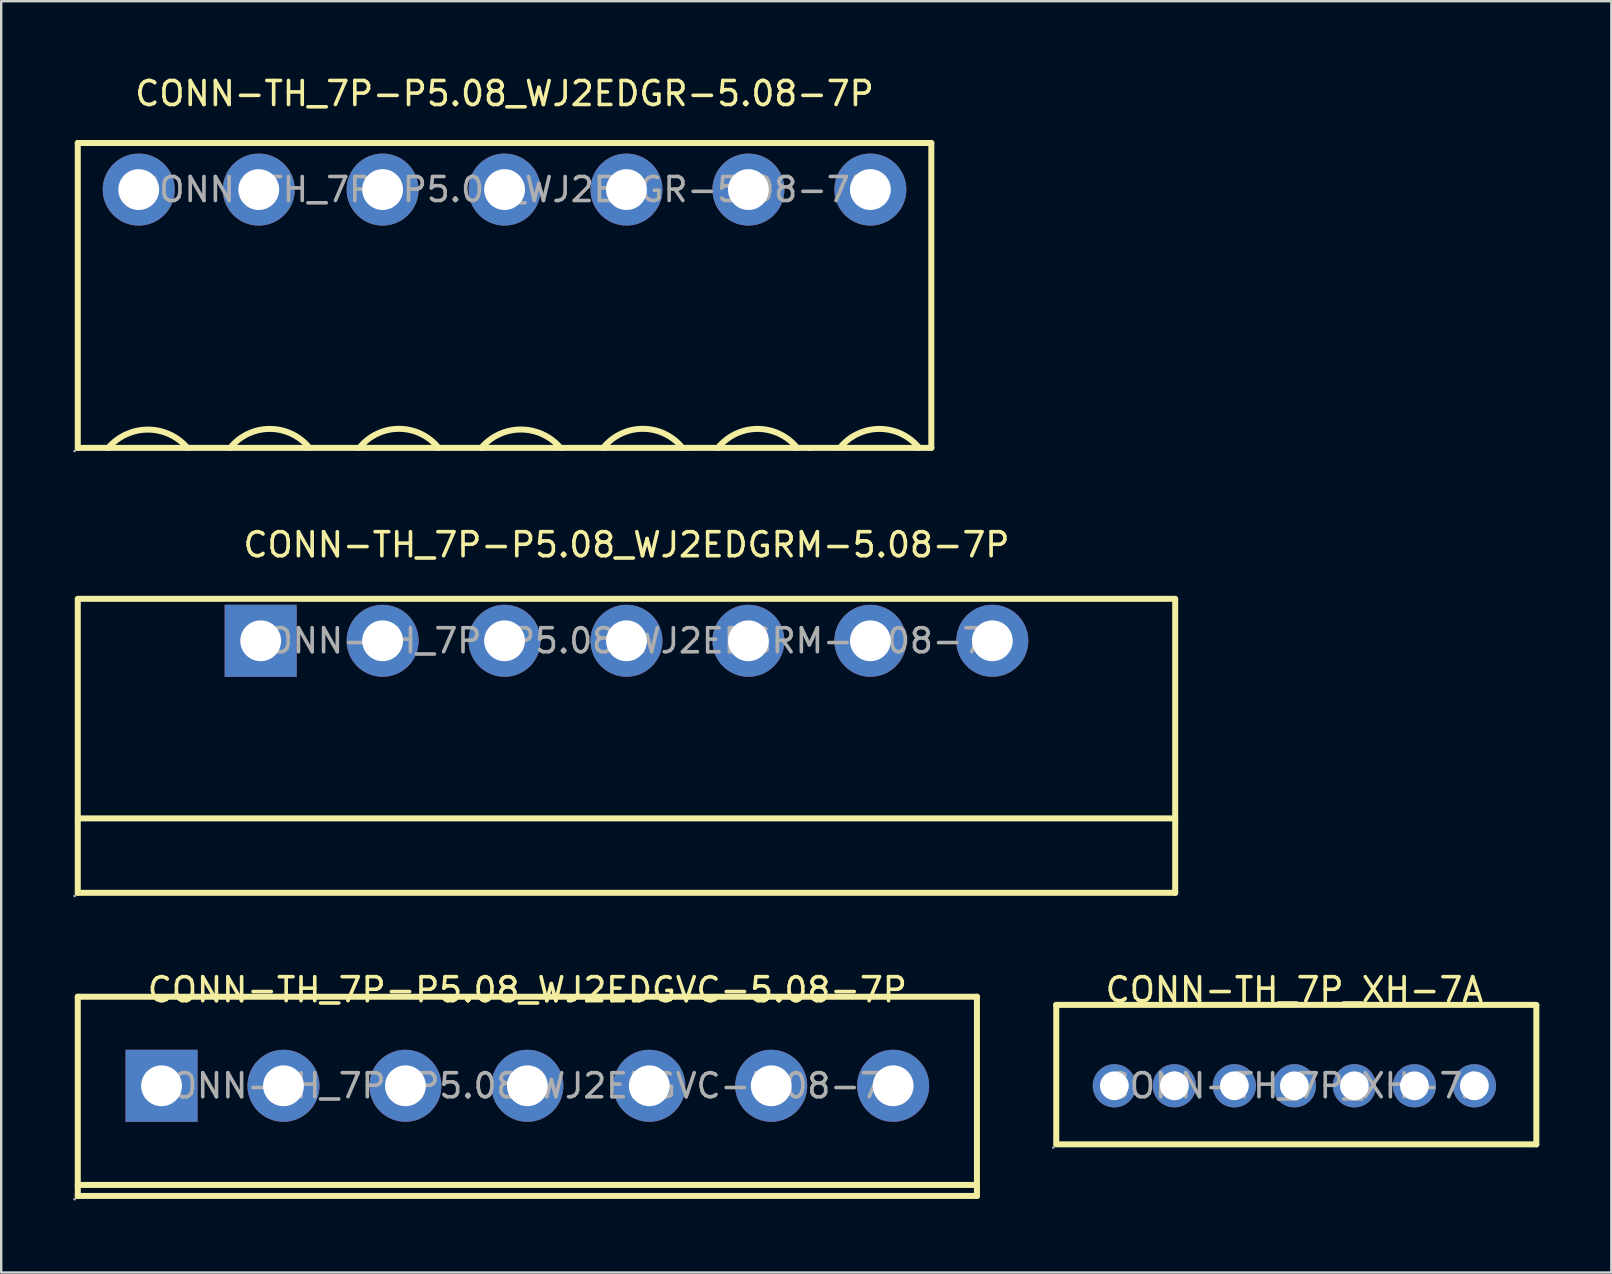
<source format=kicad_pcb>
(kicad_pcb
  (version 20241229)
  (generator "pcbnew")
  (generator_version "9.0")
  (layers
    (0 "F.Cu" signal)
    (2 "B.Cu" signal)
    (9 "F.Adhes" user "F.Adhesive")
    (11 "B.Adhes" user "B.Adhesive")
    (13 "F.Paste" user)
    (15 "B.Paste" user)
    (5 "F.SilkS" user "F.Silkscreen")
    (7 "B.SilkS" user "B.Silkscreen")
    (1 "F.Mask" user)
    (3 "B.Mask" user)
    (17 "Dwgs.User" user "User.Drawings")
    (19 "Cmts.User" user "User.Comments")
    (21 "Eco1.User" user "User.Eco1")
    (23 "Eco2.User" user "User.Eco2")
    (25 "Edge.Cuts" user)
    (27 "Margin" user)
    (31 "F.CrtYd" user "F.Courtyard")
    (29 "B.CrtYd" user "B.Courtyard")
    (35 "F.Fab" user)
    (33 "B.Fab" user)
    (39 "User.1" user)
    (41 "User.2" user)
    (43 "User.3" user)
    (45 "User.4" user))
  (footprint "CONN-TH_7P-P5.08_WJ2EDGRM-5.08-7P"
    (layer "F.Cu")
    (at 23.05 23.646)
    (property "Reference" "CONN-TH_7P-P5.08_WJ2EDGRM-5.08-7P" (at 0 -4 0) (layer "F.SilkS") (effects (font (size 1 1) (thickness 0.15))))
    (attr through_hole)
    (fp_line (start -22.86 7.4) (end 22.86 7.4) (stroke (width 0.25) (type solid)) (layer "F.SilkS"))
    (fp_line (start -22.86 10.5) (end -22.86 -1.7) (stroke (width 0.25) (type solid)) (layer "F.SilkS"))
    (fp_line (start -22.86 10.5) (end 22.86 10.5) (stroke (width 0.25) (type solid)) (layer "F.SilkS"))
    (fp_line (start 22.86 -1.75) (end -22.86 -1.75) (stroke (width 0.25) (type solid)) (layer "F.SilkS"))
    (fp_line (start 22.86 10.5) (end 22.86 -1.7) (stroke (width 0.25) (type solid)) (layer "F.SilkS"))
    (fp_circle (center -22.99 10.63) (end -22.96 10.63) (stroke (width 0.06) (type solid)) (fill no) (layer "F.Fab"))
    (fp_circle (center -15.24 0) (end -14.86 0) (stroke (width 0.75) (type solid)) (fill no) (layer "F.Fab"))
    (fp_circle (center -10.16 0) (end -9.78 0) (stroke (width 0.75) (type solid)) (fill no) (layer "F.Fab"))
    (fp_circle (center -5.08 0) (end -4.7 0) (stroke (width 0.75) (type solid)) (fill no) (layer "F.Fab"))
    (fp_circle (center 0 0) (end 0.38 0) (stroke (width 0.75) (type solid)) (fill no) (layer "F.Fab"))
    (fp_circle (center 5.08 0) (end 5.46 0) (stroke (width 0.75) (type solid)) (fill no) (layer "F.Fab"))
    (fp_circle (center 10.16 0) (end 10.54 0) (stroke (width 0.75) (type solid)) (fill no) (layer "F.Fab"))
    (fp_circle (center 15.24 0) (end 15.62 0) (stroke (width 0.75) (type solid)) (fill no) (layer "F.Fab"))
    (fp_text user "${REFERENCE}" (at 0 0 0) (layer "F.Fab") (effects (font (size 1 1) (thickness 0.15))))
    (pad "1" thru_hole rect (at -15.24 0) (size 3 3) (drill 1.7) (layers "*.Cu" "*.Paste" "*.Mask"))
    (pad "2" thru_hole circle (at -10.16 0) (size 3 3) (drill 1.7) (layers "*.Cu" "*.Paste" "*.Mask"))
    (pad "3" thru_hole circle (at -5.08 0) (size 3 3) (drill 1.7) (layers "*.Cu" "*.Paste" "*.Mask"))
    (pad "4" thru_hole circle (at 0 0) (size 3 3) (drill 1.7) (layers "*.Cu" "*.Paste" "*.Mask"))
    (pad "5" thru_hole circle (at 5.08 0) (size 3 3) (drill 1.7) (layers "*.Cu" "*.Paste" "*.Mask"))
    (pad "6" thru_hole circle (at 10.16 0) (size 3 3) (drill 1.7) (layers "*.Cu" "*.Paste" "*.Mask"))
    (pad "7" thru_hole circle (at 15.24 0) (size 3 3) (drill 1.7) (layers "*.Cu" "*.Paste" "*.Mask")))
  (footprint "CONN-TH_7P-P5.08_WJ2EDGR-5.08-7P"
    (layer "F.Cu")
    (at 17.97 4.848)
    (property "Reference" "CONN-TH_7P-P5.08_WJ2EDGR-5.08-7P" (at 0 -4 0) (layer "F.SilkS") (effects (font (size 1 1) (thickness 0.15))))
    (attr through_hole)
    (fp_line (start -17.78 -1.94) (end -17.78 10.76) (stroke (width 0.25) (type solid)) (layer "F.SilkS"))
    (fp_line (start -17.78 -1.94) (end 7.62 -1.94) (stroke (width 0.25) (type solid)) (layer "F.SilkS"))
    (fp_line (start -17.78 10.76) (end 7.62 10.76) (stroke (width 0.25) (type solid)) (layer "F.SilkS"))
    (fp_line (start 7.62 -1.94) (end 12.7 -1.94) (stroke (width 0.25) (type solid)) (layer "F.SilkS"))
    (fp_line (start 7.62 10.76) (end 12.7 10.76) (stroke (width 0.25) (type solid)) (layer "F.SilkS"))
    (fp_line (start 12.7 -1.94) (end 17.78 -1.94) (stroke (width 0.25) (type solid)) (layer "F.SilkS"))
    (fp_line (start 17.78 -1.94) (end 17.78 10.76) (stroke (width 0.25) (type solid)) (layer "F.SilkS"))
    (fp_line (start 17.78 10.76) (end 12.7 10.76) (stroke (width 0.25) (type solid)) (layer "F.SilkS"))
    (fp_arc (start -16.510511 10.760599) (mid -14.860394 9.999609) (end -13.21 10.76) (stroke (width 0.25) (type solid)) (layer "F.SilkS"))
    (fp_arc (start -11.428881 10.758614) (mid -9.779109 9.970709) (end -8.13 10.76) (stroke (width 0.25) (type solid)) (layer "F.SilkS"))
    (fp_arc (start -6.049069 10.758837) (mid -4.399255 9.966969) (end -2.75 10.76) (stroke (width 0.25) (type solid)) (layer "F.SilkS"))
    (fp_arc (start -0.970689 10.760812) (mid 0.679468 9.996091) (end 2.33 10.76) (stroke (width 0.25) (type solid)) (layer "F.SilkS"))
    (fp_arc (start 4.110931 10.758837) (mid 5.760745 9.966969) (end 7.41 10.76) (stroke (width 0.25) (type solid)) (layer "F.SilkS"))
    (fp_arc (start 8.891119 10.758614) (mid 10.540891 9.970709) (end 12.19 10.76) (stroke (width 0.25) (type solid)) (layer "F.SilkS"))
    (fp_arc (start 13.971119 10.758614) (mid 15.620891 9.970709) (end 17.27 10.76) (stroke (width 0.25) (type solid)) (layer "F.SilkS"))
    (fp_circle (center -17.91 10.89) (end -17.88 10.89) (stroke (width 0.06) (type solid)) (fill no) (layer "F.Fab"))
    (fp_circle (center -15.24 0) (end -14.86 0) (stroke (width 0.75) (type solid)) (fill no) (layer "F.Fab"))
    (fp_circle (center -10.24 0) (end -9.86 0) (stroke (width 0.75) (type solid)) (fill no) (layer "F.Fab"))
    (fp_circle (center -5.08 0) (end -4.7 0) (stroke (width 0.75) (type solid)) (fill no) (layer "F.Fab"))
    (fp_circle (center 0 0) (end 0.38 0) (stroke (width 0.75) (type solid)) (fill no) (layer "F.Fab"))
    (fp_circle (center 5.08 0) (end 5.46 0) (stroke (width 0.75) (type solid)) (fill no) (layer "F.Fab"))
    (fp_circle (center 10.16 0) (end 10.54 0) (stroke (width 0.75) (type solid)) (fill no) (layer "F.Fab"))
    (fp_circle (center 15.24 0) (end 15.62 0) (stroke (width 0.75) (type solid)) (fill no) (layer "F.Fab"))
    (fp_text user "${REFERENCE}" (at 0 0 0) (layer "F.Fab") (effects (font (size 1 1) (thickness 0.15))))
    (pad "1" thru_hole circle (at -15.24 0) (size 3 3) (drill 1.7) (layers "*.Cu" "*.Paste" "*.Mask"))
    (pad "2" thru_hole circle (at -10.24 0) (size 3 3) (drill 1.7) (layers "*.Cu" "*.Paste" "*.Mask"))
    (pad "3" thru_hole circle (at -5.08 0) (size 3 3) (drill 1.7) (layers "*.Cu" "*.Paste" "*.Mask"))
    (pad "4" thru_hole circle (at 0 0) (size 3 3) (drill 1.7) (layers "*.Cu" "*.Paste" "*.Mask"))
    (pad "5" thru_hole circle (at 5.08 0) (size 3 3) (drill 1.7) (layers "*.Cu" "*.Paste" "*.Mask"))
    (pad "6" thru_hole circle (at 10.16 0) (size 3 3) (drill 1.7) (layers "*.Cu" "*.Paste" "*.Mask"))
    (pad "7" thru_hole circle (at 15.24 0) (size 3 3) (drill 1.7) (layers "*.Cu" "*.Paste" "*.Mask")))
  (footprint "CONN-TH_7P_XH-7A"
    (layer "F.Cu")
    (at 50.875 42.185)
    (property "Reference" "CONN-TH_7P_XH-7A" (at 0 -4 0) (layer "F.SilkS") (effects (font (size 1 1) (thickness 0.15))))
    (attr through_hole)
    (fp_line (start -9.92 -3.37) (end -9.92 2.43) (stroke (width 0.25) (type solid)) (layer "F.SilkS"))
    (fp_line (start -9.92 -3.37) (end 10.08 -3.37) (stroke (width 0.25) (type solid)) (layer "F.SilkS"))
    (fp_line (start -9.91 2.44) (end 10.08 2.44) (stroke (width 0.25) (type solid)) (layer "F.SilkS"))
    (fp_line (start 10.08 -3.35) (end 10.08 2.44) (stroke (width 0.25) (type solid)) (layer "F.SilkS"))
    (fp_circle (center -10.04 2.57) (end -10.01 2.57) (stroke (width 0.06) (type solid)) (fill no) (layer "F.Fab"))
    (fp_circle (center -7.5 0) (end -7.25 0) (stroke (width 0.5) (type solid)) (fill no) (layer "F.Fab"))
    (fp_circle (center -5 0) (end -4.75 0) (stroke (width 0.5) (type solid)) (fill no) (layer "F.Fab"))
    (fp_circle (center -2.5 0) (end -2.25 0) (stroke (width 0.5) (type solid)) (fill no) (layer "F.Fab"))
    (fp_circle (center 0 0) (end 0.25 0) (stroke (width 0.5) (type solid)) (fill no) (layer "F.Fab"))
    (fp_circle (center 2.5 0) (end 2.75 0) (stroke (width 0.5) (type solid)) (fill no) (layer "F.Fab"))
    (fp_circle (center 5 0) (end 5.25 0) (stroke (width 0.5) (type solid)) (fill no) (layer "F.Fab"))
    (fp_circle (center 7.5 0) (end 7.75 0) (stroke (width 0.5) (type solid)) (fill no) (layer "F.Fab"))
    (fp_text user "${REFERENCE}" (at 0 0 0) (layer "F.Fab") (effects (font (size 1 1) (thickness 0.15))))
    (pad "1" thru_hole circle (at -7.5 0) (size 1.8 1.8) (drill 1.199) (layers "*.Cu" "*.Paste" "*.Mask"))
    (pad "2" thru_hole circle (at -5 0) (size 1.8 1.8) (drill 1.199) (layers "*.Cu" "*.Paste" "*.Mask"))
    (pad "3" thru_hole circle (at -2.5 0) (size 1.8 1.8) (drill 1.199) (layers "*.Cu" "*.Paste" "*.Mask"))
    (pad "4" thru_hole circle (at 0 0) (size 1.8 1.8) (drill 1.199) (layers "*.Cu" "*.Paste" "*.Mask"))
    (pad "5" thru_hole circle (at 2.5 0) (size 1.8 1.8) (drill 1.199) (layers "*.Cu" "*.Paste" "*.Mask"))
    (pad "6" thru_hole circle (at 5 0) (size 1.8 1.8) (drill 1.199) (layers "*.Cu" "*.Paste" "*.Mask"))
    (pad "7" thru_hole circle (at 7.5 0) (size 1.8 1.8) (drill 1.199) (layers "*.Cu" "*.Paste" "*.Mask")))
  (footprint "CONN-TH_7P-P5.08_WJ2EDGVC-5.08-7P"
    (layer "F.Cu")
    (at 18.92 42.185)
    (property "Reference" "CONN-TH_7P-P5.08_WJ2EDGVC-5.08-7P" (at 0 -4 0) (layer "F.SilkS") (effects (font (size 1 1) (thickness 0.15))))
    (attr through_hole)
    (fp_line (start -18.73 -3.71) (end 18.73 -3.71) (stroke (width 0.25) (type solid)) (layer "F.SilkS"))
    (fp_line (start -18.73 4.13) (end 18.73 4.13) (stroke (width 0.25) (type solid)) (layer "F.SilkS"))
    (fp_line (start -18.73 4.59) (end -18.73 -3.71) (stroke (width 0.25) (type solid)) (layer "F.SilkS"))
    (fp_line (start -18.73 4.59) (end 18.73 4.59) (stroke (width 0.25) (type solid)) (layer "F.SilkS"))
    (fp_line (start 18.73 4.59) (end 18.73 -3.71) (stroke (width 0.25) (type solid)) (layer "F.SilkS"))
    (fp_circle (center -18.86 4.72) (end -18.83 4.72) (stroke (width 0.06) (type solid)) (fill no) (layer "F.Fab"))
    (fp_circle (center -15.24 0) (end -14.86 0) (stroke (width 0.75) (type solid)) (fill no) (layer "F.Fab"))
    (fp_circle (center -10.16 0) (end -9.78 0) (stroke (width 0.75) (type solid)) (fill no) (layer "F.Fab"))
    (fp_circle (center -5.08 0) (end -4.7 0) (stroke (width 0.75) (type solid)) (fill no) (layer "F.Fab"))
    (fp_circle (center 0 0) (end 0.38 0) (stroke (width 0.75) (type solid)) (fill no) (layer "F.Fab"))
    (fp_circle (center 5.08 0) (end 5.46 0) (stroke (width 0.75) (type solid)) (fill no) (layer "F.Fab"))
    (fp_circle (center 10.16 0) (end 10.54 0) (stroke (width 0.75) (type solid)) (fill no) (layer "F.Fab"))
    (fp_circle (center 15.24 0) (end 15.62 0) (stroke (width 0.75) (type solid)) (fill no) (layer "F.Fab"))
    (fp_text user "${REFERENCE}" (at 0 0 0) (layer "F.Fab") (effects (font (size 1 1) (thickness 0.15))))
    (pad "1" thru_hole rect (at -15.24 0) (size 3 3) (drill 1.7) (layers "*.Cu" "*.Paste" "*.Mask"))
    (pad "2" thru_hole circle (at -10.16 0) (size 3 3) (drill 1.7) (layers "*.Cu" "*.Paste" "*.Mask"))
    (pad "3" thru_hole circle (at -5.08 0) (size 3 3) (drill 1.7) (layers "*.Cu" "*.Paste" "*.Mask"))
    (pad "4" thru_hole circle (at 0 0) (size 3 3) (drill 1.7) (layers "*.Cu" "*.Paste" "*.Mask"))
    (pad "5" thru_hole circle (at 5.08 0) (size 3 3) (drill 1.7) (layers "*.Cu" "*.Paste" "*.Mask"))
    (pad "6" thru_hole circle (at 10.16 0) (size 3 3) (drill 1.7) (layers "*.Cu" "*.Paste" "*.Mask"))
    (pad "7" thru_hole circle (at 15.24 0) (size 3 3) (drill 1.7) (layers "*.Cu" "*.Paste" "*.Mask")))
  (gr_rect
    (start -3 -3)
    (end 64.08 49.965)
    (stroke (width 0.1) (type default))
    (fill no)
    (layer "Edge.Cuts")))
</source>
